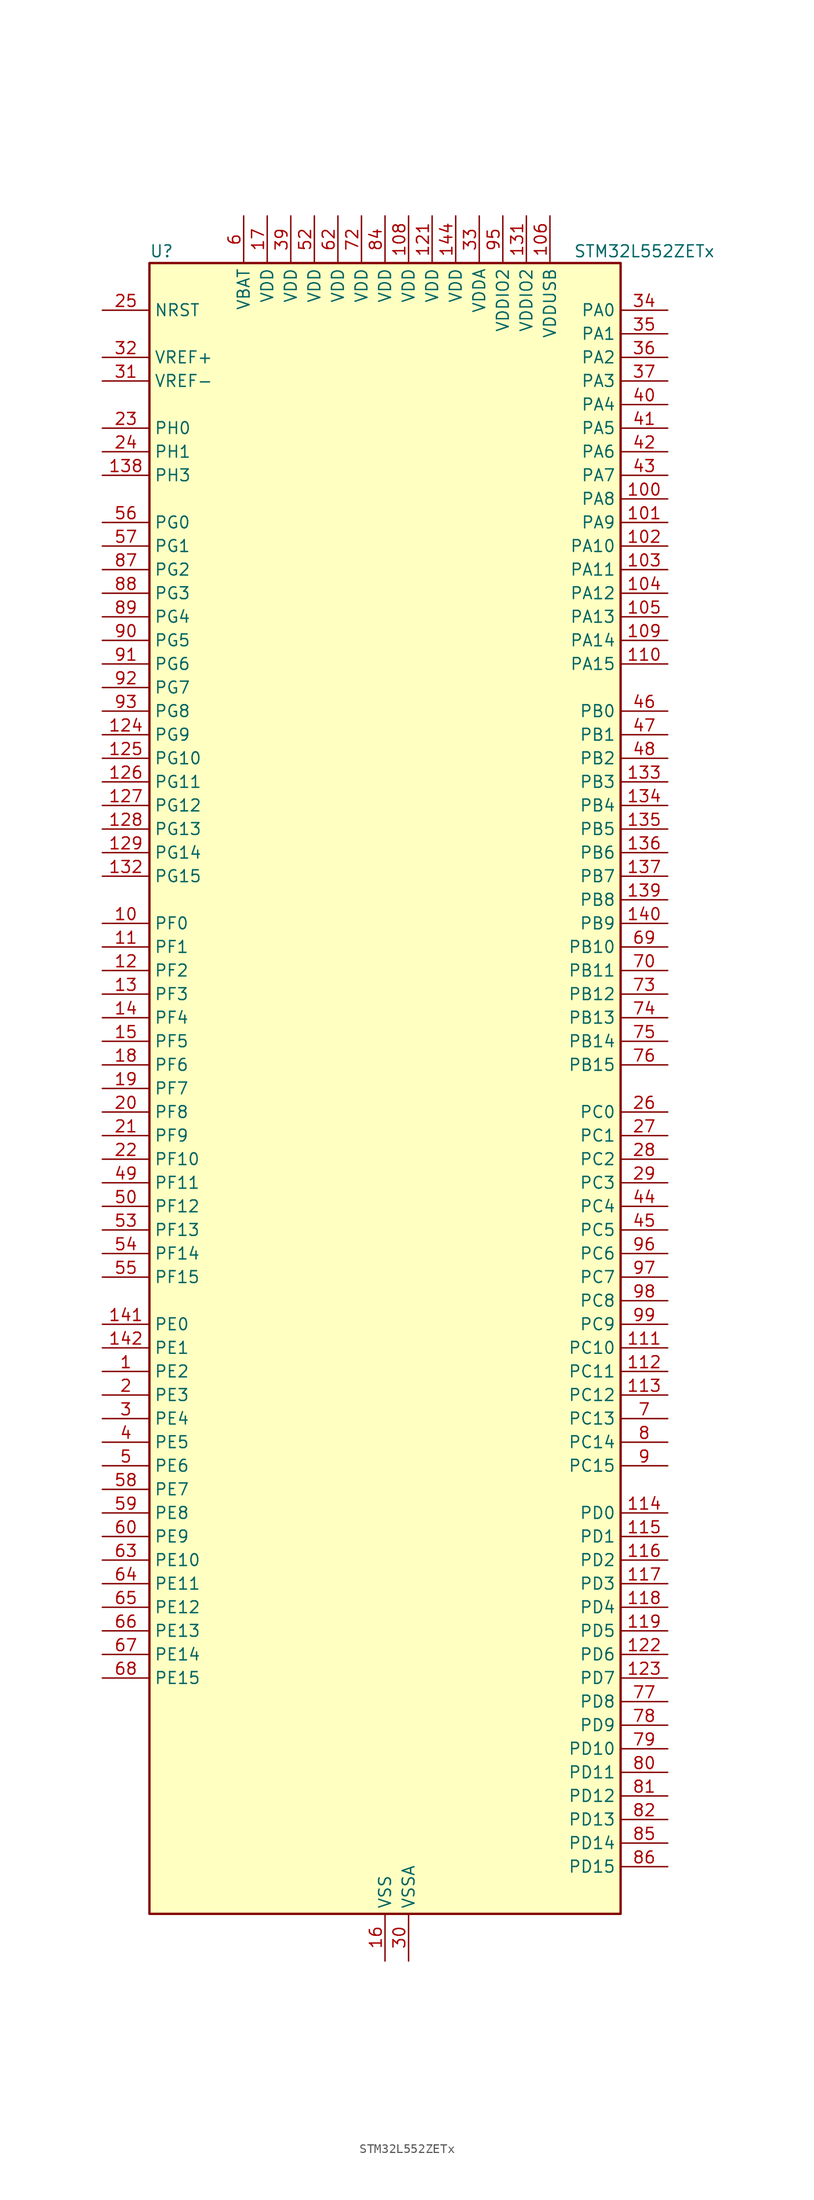
<source format=kicad_sym>
(kicad_symbol_lib
  (version 20241209)
  (generator "kicad_symbol_editor")
  (generator_version "9.0")
  (symbol "STM32L552ZETx"
    (property "Reference" "U"
      (at -25.4 90.17 0)
      (effects (font (size 1.27 1.27)) (justify left)))
    (property "Value" "STM32L552ZETx"
      (at 20.32 90.17 0)
      (effects (font (size 1.27 1.27)) (justify left)))
    (symbol "STM32L552ZETx_0_1"
      (rectangle (start -25.4 -88.9) (end 25.4 88.9) (stroke (width 0.254) (type default)) (fill (type background))))
    (symbol "STM32L552ZETx_1_1"
      (pin input line (at -30.48 83.82 0) (length 5.08) (name "NRST" (effects (font (size 1.27 1.27)))) (number "25" (effects (font (size 1.27 1.27)))))
      (pin input line (at -30.48 78.74 0) (length 5.08) (name "VREF+" (effects (font (size 1.27 1.27)))) (number "32" (effects (font (size 1.27 1.27)))) (alternate "VREFBUF_OUT" bidirectional line))
      (pin input line (at -30.48 76.2 0) (length 5.08) (name "VREF-" (effects (font (size 1.27 1.27)))) (number "31" (effects (font (size 1.27 1.27)))))
      (pin bidirectional line (at -30.48 71.12 0) (length 5.08) (name "PH0" (effects (font (size 1.27 1.27)))) (number "23" (effects (font (size 1.27 1.27)))) (alternate "RCC_OSC_IN" bidirectional line))
      (pin bidirectional line (at -30.48 68.58 0) (length 5.08) (name "PH1" (effects (font (size 1.27 1.27)))) (number "24" (effects (font (size 1.27 1.27)))) (alternate "RCC_OSC_OUT" bidirectional line))
      (pin bidirectional line (at -30.48 66.04 0) (length 5.08) (name "PH3" (effects (font (size 1.27 1.27)))) (number "138" (effects (font (size 1.27 1.27)))))
      (pin bidirectional line (at -30.48 60.96 0) (length 5.08) (name "PG0" (effects (font (size 1.27 1.27)))) (number "56" (effects (font (size 1.27 1.27)))) (alternate "FMC_A10" bidirectional line) (alternate "TSC_G8_IO3" bidirectional line))
      (pin bidirectional line (at -30.48 58.42 0) (length 5.08) (name "PG1" (effects (font (size 1.27 1.27)))) (number "57" (effects (font (size 1.27 1.27)))) (alternate "FMC_A11" bidirectional line) (alternate "TSC_G8_IO4" bidirectional line))
      (pin bidirectional line (at -30.48 55.88 0) (length 5.08) (name "PG2" (effects (font (size 1.27 1.27)))) (number "87" (effects (font (size 1.27 1.27)))) (alternate "FMC_A12" bidirectional line) (alternate "SAI2_SCK_B" bidirectional line) (alternate "SPI1_SCK" bidirectional line))
      (pin bidirectional line (at -30.48 53.34 0) (length 5.08) (name "PG3" (effects (font (size 1.27 1.27)))) (number "88" (effects (font (size 1.27 1.27)))) (alternate "FMC_A13" bidirectional line) (alternate "SAI2_FS_B" bidirectional line) (alternate "SPI1_MISO" bidirectional line))
      (pin bidirectional line (at -30.48 50.8 0) (length 5.08) (name "PG4" (effects (font (size 1.27 1.27)))) (number "89" (effects (font (size 1.27 1.27)))) (alternate "FMC_A14" bidirectional line) (alternate "SAI2_MCLK_B" bidirectional line) (alternate "SPI1_MOSI" bidirectional line))
      (pin bidirectional line (at -30.48 48.26 0) (length 5.08) (name "PG5" (effects (font (size 1.27 1.27)))) (number "90" (effects (font (size 1.27 1.27)))) (alternate "FMC_A15" bidirectional line) (alternate "LPUART1_CTS" bidirectional line) (alternate "SAI2_SD_B" bidirectional line) (alternate "SPI1_NSS" bidirectional line))
      (pin bidirectional line (at -30.48 45.72 0) (length 5.08) (name "PG6" (effects (font (size 1.27 1.27)))) (number "91" (effects (font (size 1.27 1.27)))) (alternate "I2C3_SMBA" bidirectional line) (alternate "LPUART1_DE" bidirectional line) (alternate "LPUART1_RTS" bidirectional line) (alternate "OCTOSPI1_DQS" bidirectional line) (alternate "UCPD1_FRSTX1" bidirectional line))
      (pin bidirectional line (at -30.48 43.18 0) (length 5.08) (name "PG7" (effects (font (size 1.27 1.27)))) (number "92" (effects (font (size 1.27 1.27)))) (alternate "DFSDM1_CKOUT" bidirectional line) (alternate "FMC_INT" bidirectional line) (alternate "I2C3_SCL" bidirectional line) (alternate "LPUART1_TX" bidirectional line) (alternate "SAI1_CK1" bidirectional line) (alternate "SAI1_MCLK_A" bidirectional line) (alternate "UCPD1_FRSTX2" bidirectional line))
      (pin bidirectional line (at -30.48 40.64 0) (length 5.08) (name "PG8" (effects (font (size 1.27 1.27)))) (number "93" (effects (font (size 1.27 1.27)))) (alternate "I2C3_SDA" bidirectional line) (alternate "LPUART1_RX" bidirectional line))
      (pin bidirectional line (at -30.48 38.1 0) (length 5.08) (name "PG9" (effects (font (size 1.27 1.27)))) (number "124" (effects (font (size 1.27 1.27)))) (alternate "DAC1_EXTI9" bidirectional line) (alternate "FMC_NCE" bidirectional line) (alternate "FMC_NE2" bidirectional line) (alternate "SAI2_SCK_A" bidirectional line) (alternate "SPI3_SCK" bidirectional line) (alternate "TIM15_CH1N" bidirectional line) (alternate "USART1_TX" bidirectional line))
      (pin bidirectional line (at -30.48 35.56 0) (length 5.08) (name "PG10" (effects (font (size 1.27 1.27)))) (number "125" (effects (font (size 1.27 1.27)))) (alternate "FMC_NE3" bidirectional line) (alternate "LPTIM1_IN1" bidirectional line) (alternate "SAI2_FS_A" bidirectional line) (alternate "SPI3_MISO" bidirectional line) (alternate "TIM15_CH1" bidirectional line) (alternate "USART1_RX" bidirectional line))
      (pin bidirectional line (at -30.48 33.02 0) (length 5.08) (name "PG11" (effects (font (size 1.27 1.27)))) (number "126" (effects (font (size 1.27 1.27)))) (alternate "ADC1_EXTI11" bidirectional line) (alternate "ADC2_EXTI11" bidirectional line) (alternate "LPTIM1_IN2" bidirectional line) (alternate "OCTOSPI1_IO5" bidirectional line) (alternate "SAI2_MCLK_A" bidirectional line) (alternate "SPI3_MOSI" bidirectional line) (alternate "TIM15_CH2" bidirectional line) (alternate "USART1_CTS" bidirectional line) (alternate "USART1_NSS" bidirectional line))
      (pin bidirectional line (at -30.48 30.48 0) (length 5.08) (name "PG12" (effects (font (size 1.27 1.27)))) (number "127" (effects (font (size 1.27 1.27)))) (alternate "FMC_NE4" bidirectional line) (alternate "LPTIM1_ETR" bidirectional line) (alternate "SAI2_SD_A" bidirectional line) (alternate "SPI3_NSS" bidirectional line) (alternate "USART1_DE" bidirectional line) (alternate "USART1_RTS" bidirectional line))
      (pin bidirectional line (at -30.48 27.94 0) (length 5.08) (name "PG13" (effects (font (size 1.27 1.27)))) (number "128" (effects (font (size 1.27 1.27)))) (alternate "FMC_A24" bidirectional line) (alternate "I2C1_SDA" bidirectional line) (alternate "USART1_CK" bidirectional line))
      (pin bidirectional line (at -30.48 25.4 0) (length 5.08) (name "PG14" (effects (font (size 1.27 1.27)))) (number "129" (effects (font (size 1.27 1.27)))) (alternate "FMC_A25" bidirectional line) (alternate "I2C1_SCL" bidirectional line))
      (pin bidirectional line (at -30.48 22.86 0) (length 5.08) (name "PG15" (effects (font (size 1.27 1.27)))) (number "132" (effects (font (size 1.27 1.27)))) (alternate "ADC1_EXTI15" bidirectional line) (alternate "ADC2_EXTI15" bidirectional line) (alternate "I2C1_SMBA" bidirectional line) (alternate "LPTIM1_OUT" bidirectional line))
      (pin bidirectional line (at -30.48 17.78 0) (length 5.08) (name "PF0" (effects (font (size 1.27 1.27)))) (number "10" (effects (font (size 1.27 1.27)))) (alternate "FMC_A0" bidirectional line) (alternate "I2C2_SDA" bidirectional line))
      (pin bidirectional line (at -30.48 15.24 0) (length 5.08) (name "PF1" (effects (font (size 1.27 1.27)))) (number "11" (effects (font (size 1.27 1.27)))) (alternate "FMC_A1" bidirectional line) (alternate "I2C2_SCL" bidirectional line))
      (pin bidirectional line (at -30.48 12.7 0) (length 5.08) (name "PF2" (effects (font (size 1.27 1.27)))) (number "12" (effects (font (size 1.27 1.27)))) (alternate "FMC_A2" bidirectional line) (alternate "I2C2_SMBA" bidirectional line))
      (pin bidirectional line (at -30.48 10.16 0) (length 5.08) (name "PF3" (effects (font (size 1.27 1.27)))) (number "13" (effects (font (size 1.27 1.27)))) (alternate "FMC_A3" bidirectional line) (alternate "LPTIM3_IN1" bidirectional line))
      (pin bidirectional line (at -30.48 7.62 0) (length 5.08) (name "PF4" (effects (font (size 1.27 1.27)))) (number "14" (effects (font (size 1.27 1.27)))) (alternate "FMC_A4" bidirectional line) (alternate "LPTIM3_ETR" bidirectional line))
      (pin bidirectional line (at -30.48 5.08 0) (length 5.08) (name "PF5" (effects (font (size 1.27 1.27)))) (number "15" (effects (font (size 1.27 1.27)))) (alternate "FMC_A5" bidirectional line) (alternate "LPTIM3_OUT" bidirectional line))
      (pin bidirectional line (at -30.48 2.54 0) (length 5.08) (name "PF6" (effects (font (size 1.27 1.27)))) (number "18" (effects (font (size 1.27 1.27)))) (alternate "OCTOSPI1_IO3" bidirectional line) (alternate "SAI1_SD_B" bidirectional line) (alternate "TIM5_CH1" bidirectional line) (alternate "TIM5_ETR" bidirectional line))
      (pin bidirectional line (at -30.48 0 0) (length 5.08) (name "PF7" (effects (font (size 1.27 1.27)))) (number "19" (effects (font (size 1.27 1.27)))) (alternate "OCTOSPI1_IO2" bidirectional line) (alternate "SAI1_MCLK_B" bidirectional line) (alternate "TAMP_IN6" bidirectional line) (alternate "TAMP_OUT3" bidirectional line) (alternate "TIM5_CH2" bidirectional line))
      (pin bidirectional line (at -30.48 -2.54 0) (length 5.08) (name "PF8" (effects (font (size 1.27 1.27)))) (number "20" (effects (font (size 1.27 1.27)))) (alternate "OCTOSPI1_IO0" bidirectional line) (alternate "SAI1_SCK_B" bidirectional line) (alternate "TAMP_IN7" bidirectional line) (alternate "TAMP_OUT8" bidirectional line) (alternate "TIM5_CH3" bidirectional line))
      (pin bidirectional line (at -30.48 -5.08 0) (length 5.08) (name "PF9" (effects (font (size 1.27 1.27)))) (number "21" (effects (font (size 1.27 1.27)))) (alternate "DAC1_EXTI9" bidirectional line) (alternate "OCTOSPI1_IO1" bidirectional line) (alternate "SAI1_FS_B" bidirectional line) (alternate "TAMP_IN8" bidirectional line) (alternate "TAMP_OUT7" bidirectional line) (alternate "TIM15_CH1" bidirectional line) (alternate "TIM5_CH4" bidirectional line))
      (pin bidirectional line (at -30.48 -7.62 0) (length 5.08) (name "PF10" (effects (font (size 1.27 1.27)))) (number "22" (effects (font (size 1.27 1.27)))) (alternate "DFSDM1_CKOUT" bidirectional line) (alternate "OCTOSPI1_CLK" bidirectional line) (alternate "SAI1_D3" bidirectional line) (alternate "TIM15_CH2" bidirectional line))
      (pin bidirectional line (at -30.48 -10.16 0) (length 5.08) (name "PF11" (effects (font (size 1.27 1.27)))) (number "49" (effects (font (size 1.27 1.27)))) (alternate "ADC1_EXTI11" bidirectional line) (alternate "ADC2_EXTI11" bidirectional line) (alternate "OCTOSPI1_NCLK" bidirectional line))
      (pin bidirectional line (at -30.48 -12.7 0) (length 5.08) (name "PF12" (effects (font (size 1.27 1.27)))) (number "50" (effects (font (size 1.27 1.27)))) (alternate "FMC_A6" bidirectional line))
      (pin bidirectional line (at -30.48 -15.24 0) (length 5.08) (name "PF13" (effects (font (size 1.27 1.27)))) (number "53" (effects (font (size 1.27 1.27)))) (alternate "FMC_A7" bidirectional line) (alternate "I2C4_SMBA" bidirectional line))
      (pin bidirectional line (at -30.48 -17.78 0) (length 5.08) (name "PF14" (effects (font (size 1.27 1.27)))) (number "54" (effects (font (size 1.27 1.27)))) (alternate "FMC_A8" bidirectional line) (alternate "I2C4_SCL" bidirectional line) (alternate "TSC_G8_IO1" bidirectional line))
      (pin bidirectional line (at -30.48 -20.32 0) (length 5.08) (name "PF15" (effects (font (size 1.27 1.27)))) (number "55" (effects (font (size 1.27 1.27)))) (alternate "ADC1_EXTI15" bidirectional line) (alternate "ADC2_EXTI15" bidirectional line) (alternate "FMC_A9" bidirectional line) (alternate "I2C4_SDA" bidirectional line) (alternate "TSC_G8_IO2" bidirectional line))
      (pin bidirectional line (at -30.48 -25.4 0) (length 5.08) (name "PE0" (effects (font (size 1.27 1.27)))) (number "141" (effects (font (size 1.27 1.27)))) (alternate "FMC_NBL0" bidirectional line) (alternate "TIM16_CH1" bidirectional line) (alternate "TIM4_ETR" bidirectional line))
      (pin bidirectional line (at -30.48 -27.94 0) (length 5.08) (name "PE1" (effects (font (size 1.27 1.27)))) (number "142" (effects (font (size 1.27 1.27)))) (alternate "FMC_NBL1" bidirectional line) (alternate "TIM17_CH1" bidirectional line))
      (pin bidirectional line (at -30.48 -30.48 0) (length 5.08) (name "PE2" (effects (font (size 1.27 1.27)))) (number "1" (effects (font (size 1.27 1.27)))) (alternate "DEBUG_TRACECLK" bidirectional line) (alternate "FMC_A23" bidirectional line) (alternate "SAI1_CK1" bidirectional line) (alternate "SAI1_MCLK_A" bidirectional line) (alternate "TIM3_ETR" bidirectional line) (alternate "TSC_G7_IO1" bidirectional line))
      (pin bidirectional line (at -30.48 -33.02 0) (length 5.08) (name "PE3" (effects (font (size 1.27 1.27)))) (number "2" (effects (font (size 1.27 1.27)))) (alternate "DEBUG_TRACED0" bidirectional line) (alternate "FMC_A19" bidirectional line) (alternate "OCTOSPI1_DQS" bidirectional line) (alternate "SAI1_SD_B" bidirectional line) (alternate "TIM3_CH1" bidirectional line) (alternate "TSC_G7_IO2" bidirectional line))
      (pin bidirectional line (at -30.48 -35.56 0) (length 5.08) (name "PE4" (effects (font (size 1.27 1.27)))) (number "3" (effects (font (size 1.27 1.27)))) (alternate "DEBUG_TRACED1" bidirectional line) (alternate "DFSDM1_DATIN3" bidirectional line) (alternate "FMC_A20" bidirectional line) (alternate "SAI1_D2" bidirectional line) (alternate "SAI1_FS_A" bidirectional line) (alternate "TIM3_CH2" bidirectional line) (alternate "TSC_G7_IO3" bidirectional line))
      (pin bidirectional line (at -30.48 -38.1 0) (length 5.08) (name "PE5" (effects (font (size 1.27 1.27)))) (number "4" (effects (font (size 1.27 1.27)))) (alternate "DEBUG_TRACED2" bidirectional line) (alternate "DFSDM1_CKIN3" bidirectional line) (alternate "FMC_A21" bidirectional line) (alternate "SAI1_CK2" bidirectional line) (alternate "SAI1_SCK_A" bidirectional line) (alternate "TIM3_CH3" bidirectional line) (alternate "TSC_G7_IO4" bidirectional line))
      (pin bidirectional line (at -30.48 -40.64 0) (length 5.08) (name "PE6" (effects (font (size 1.27 1.27)))) (number "5" (effects (font (size 1.27 1.27)))) (alternate "DEBUG_TRACED3" bidirectional line) (alternate "FMC_A22" bidirectional line) (alternate "PWR_WKUP3" bidirectional line) (alternate "SAI1_D1" bidirectional line) (alternate "SAI1_SD_A" bidirectional line) (alternate "TAMP_IN3" bidirectional line) (alternate "TAMP_OUT6" bidirectional line) (alternate "TIM3_CH4" bidirectional line))
      (pin bidirectional line (at -30.48 -43.18 0) (length 5.08) (name "PE7" (effects (font (size 1.27 1.27)))) (number "58" (effects (font (size 1.27 1.27)))) (alternate "DFSDM1_DATIN2" bidirectional line) (alternate "FMC_D4" bidirectional line) (alternate "FMC_DA4" bidirectional line) (alternate "SAI1_SD_B" bidirectional line) (alternate "TIM1_ETR" bidirectional line))
      (pin bidirectional line (at -30.48 -45.72 0) (length 5.08) (name "PE8" (effects (font (size 1.27 1.27)))) (number "59" (effects (font (size 1.27 1.27)))) (alternate "DFSDM1_CKIN2" bidirectional line) (alternate "FMC_D5" bidirectional line) (alternate "FMC_DA5" bidirectional line) (alternate "SAI1_SCK_B" bidirectional line) (alternate "TIM1_CH1N" bidirectional line))
      (pin bidirectional line (at -30.48 -48.26 0) (length 5.08) (name "PE9" (effects (font (size 1.27 1.27)))) (number "60" (effects (font (size 1.27 1.27)))) (alternate "DAC1_EXTI9" bidirectional line) (alternate "DFSDM1_CKOUT" bidirectional line) (alternate "FMC_D6" bidirectional line) (alternate "FMC_DA6" bidirectional line) (alternate "OCTOSPI1_NCLK" bidirectional line) (alternate "SAI1_FS_B" bidirectional line) (alternate "TIM1_CH1" bidirectional line))
      (pin bidirectional line (at -30.48 -50.8 0) (length 5.08) (name "PE10" (effects (font (size 1.27 1.27)))) (number "63" (effects (font (size 1.27 1.27)))) (alternate "FMC_D7" bidirectional line) (alternate "FMC_DA7" bidirectional line) (alternate "OCTOSPI1_CLK" bidirectional line) (alternate "SAI1_MCLK_B" bidirectional line) (alternate "TIM1_CH2N" bidirectional line) (alternate "TSC_G5_IO1" bidirectional line))
      (pin bidirectional line (at -30.48 -53.34 0) (length 5.08) (name "PE11" (effects (font (size 1.27 1.27)))) (number "64" (effects (font (size 1.27 1.27)))) (alternate "ADC1_EXTI11" bidirectional line) (alternate "ADC2_EXTI11" bidirectional line) (alternate "FMC_D8" bidirectional line) (alternate "FMC_DA8" bidirectional line) (alternate "OCTOSPI1_NCS" bidirectional line) (alternate "TIM1_CH2" bidirectional line) (alternate "TSC_G5_IO2" bidirectional line))
      (pin bidirectional line (at -30.48 -55.88 0) (length 5.08) (name "PE12" (effects (font (size 1.27 1.27)))) (number "65" (effects (font (size 1.27 1.27)))) (alternate "FMC_D9" bidirectional line) (alternate "FMC_DA9" bidirectional line) (alternate "OCTOSPI1_IO0" bidirectional line) (alternate "SPI1_NSS" bidirectional line) (alternate "TIM1_CH3N" bidirectional line) (alternate "TSC_G5_IO3" bidirectional line))
      (pin bidirectional line (at -30.48 -58.42 0) (length 5.08) (name "PE13" (effects (font (size 1.27 1.27)))) (number "66" (effects (font (size 1.27 1.27)))) (alternate "FMC_D10" bidirectional line) (alternate "FMC_DA10" bidirectional line) (alternate "OCTOSPI1_IO1" bidirectional line) (alternate "SPI1_SCK" bidirectional line) (alternate "TIM1_CH3" bidirectional line) (alternate "TSC_G5_IO4" bidirectional line))
      (pin bidirectional line (at -30.48 -60.96 0) (length 5.08) (name "PE14" (effects (font (size 1.27 1.27)))) (number "67" (effects (font (size 1.27 1.27)))) (alternate "FMC_D11" bidirectional line) (alternate "FMC_DA11" bidirectional line) (alternate "OCTOSPI1_IO2" bidirectional line) (alternate "SPI1_MISO" bidirectional line) (alternate "TIM1_BKIN2" bidirectional line) (alternate "TIM1_CH4" bidirectional line))
      (pin bidirectional line (at -30.48 -63.5 0) (length 5.08) (name "PE15" (effects (font (size 1.27 1.27)))) (number "68" (effects (font (size 1.27 1.27)))) (alternate "ADC1_EXTI15" bidirectional line) (alternate "ADC2_EXTI15" bidirectional line) (alternate "FMC_D12" bidirectional line) (alternate "FMC_DA12" bidirectional line) (alternate "OCTOSPI1_IO3" bidirectional line) (alternate "SPI1_MOSI" bidirectional line) (alternate "TIM1_BKIN" bidirectional line))
      (pin power_in line (at -15.24 93.98 270) (length 5.08) (name "VBAT" (effects (font (size 1.27 1.27)))) (number "6" (effects (font (size 1.27 1.27)))))
      (pin power_in line (at -12.7 93.98 270) (length 5.08) (name "VDD" (effects (font (size 1.27 1.27)))) (number "17" (effects (font (size 1.27 1.27)))))
      (pin power_in line (at -10.16 93.98 270) (length 5.08) (name "VDD" (effects (font (size 1.27 1.27)))) (number "39" (effects (font (size 1.27 1.27)))))
      (pin power_in line (at -7.62 93.98 270) (length 5.08) (name "VDD" (effects (font (size 1.27 1.27)))) (number "52" (effects (font (size 1.27 1.27)))))
      (pin power_in line (at -5.08 93.98 270) (length 5.08) (name "VDD" (effects (font (size 1.27 1.27)))) (number "62" (effects (font (size 1.27 1.27)))))
      (pin power_in line (at -2.54 93.98 270) (length 5.08) (name "VDD" (effects (font (size 1.27 1.27)))) (number "72" (effects (font (size 1.27 1.27)))))
      (pin power_in line (at 0 93.98 270) (length 5.08) (name "VDD" (effects (font (size 1.27 1.27)))) (number "84" (effects (font (size 1.27 1.27)))))
      (pin passive line (at 0 -93.98 90) (length 5.08) (hide yes) (name "VSS" (effects (font (size 1.27 1.27)))) (number "107" (effects (font (size 1.27 1.27)))))
      (pin passive line (at 0 -93.98 90) (length 5.08) (hide yes) (name "VSS" (effects (font (size 1.27 1.27)))) (number "120" (effects (font (size 1.27 1.27)))))
      (pin passive line (at 0 -93.98 90) (length 5.08) (hide yes) (name "VSS" (effects (font (size 1.27 1.27)))) (number "130" (effects (font (size 1.27 1.27)))))
      (pin passive line (at 0 -93.98 90) (length 5.08) (hide yes) (name "VSS" (effects (font (size 1.27 1.27)))) (number "143" (effects (font (size 1.27 1.27)))))
      (pin power_in line (at 0 -93.98 90) (length 5.08) (name "VSS" (effects (font (size 1.27 1.27)))) (number "16" (effects (font (size 1.27 1.27)))))
      (pin passive line (at 0 -93.98 90) (length 5.08) (hide yes) (name "VSS" (effects (font (size 1.27 1.27)))) (number "38" (effects (font (size 1.27 1.27)))))
      (pin passive line (at 0 -93.98 90) (length 5.08) (hide yes) (name "VSS" (effects (font (size 1.27 1.27)))) (number "51" (effects (font (size 1.27 1.27)))))
      (pin passive line (at 0 -93.98 90) (length 5.08) (hide yes) (name "VSS" (effects (font (size 1.27 1.27)))) (number "61" (effects (font (size 1.27 1.27)))))
      (pin passive line (at 0 -93.98 90) (length 5.08) (hide yes) (name "VSS" (effects (font (size 1.27 1.27)))) (number "71" (effects (font (size 1.27 1.27)))))
      (pin passive line (at 0 -93.98 90) (length 5.08) (hide yes) (name "VSS" (effects (font (size 1.27 1.27)))) (number "83" (effects (font (size 1.27 1.27)))))
      (pin passive line (at 0 -93.98 90) (length 5.08) (hide yes) (name "VSS" (effects (font (size 1.27 1.27)))) (number "94" (effects (font (size 1.27 1.27)))))
      (pin power_in line (at 2.54 93.98 270) (length 5.08) (name "VDD" (effects (font (size 1.27 1.27)))) (number "108" (effects (font (size 1.27 1.27)))))
      (pin power_in line (at 2.54 -93.98 90) (length 5.08) (name "VSSA" (effects (font (size 1.27 1.27)))) (number "30" (effects (font (size 1.27 1.27)))))
      (pin power_in line (at 5.08 93.98 270) (length 5.08) (name "VDD" (effects (font (size 1.27 1.27)))) (number "121" (effects (font (size 1.27 1.27)))))
      (pin power_in line (at 7.62 93.98 270) (length 5.08) (name "VDD" (effects (font (size 1.27 1.27)))) (number "144" (effects (font (size 1.27 1.27)))))
      (pin power_in line (at 10.16 93.98 270) (length 5.08) (name "VDDA" (effects (font (size 1.27 1.27)))) (number "33" (effects (font (size 1.27 1.27)))))
      (pin power_in line (at 12.7 93.98 270) (length 5.08) (name "VDDIO2" (effects (font (size 1.27 1.27)))) (number "95" (effects (font (size 1.27 1.27)))))
      (pin power_in line (at 15.24 93.98 270) (length 5.08) (name "VDDIO2" (effects (font (size 1.27 1.27)))) (number "131" (effects (font (size 1.27 1.27)))))
      (pin power_in line (at 17.78 93.98 270) (length 5.08) (name "VDDUSB" (effects (font (size 1.27 1.27)))) (number "106" (effects (font (size 1.27 1.27)))))
      (pin bidirectional line (at 30.48 83.82 180) (length 5.08) (name "PA0" (effects (font (size 1.27 1.27)))) (number "34" (effects (font (size 1.27 1.27)))) (alternate "ADC1_IN5" bidirectional line) (alternate "ADC2_IN5" bidirectional line) (alternate "OPAMP1_VINP" bidirectional line) (alternate "PWR_WKUP1" bidirectional line) (alternate "SAI1_EXTCLK" bidirectional line) (alternate "TAMP_IN2" bidirectional line) (alternate "TAMP_OUT1" bidirectional line) (alternate "TIM2_CH1" bidirectional line) (alternate "TIM2_ETR" bidirectional line) (alternate "TIM5_CH1" bidirectional line) (alternate "TIM8_ETR" bidirectional line) (alternate "UART4_TX" bidirectional line) (alternate "USART2_CTS" bidirectional line) (alternate "USART2_NSS" bidirectional line))
      (pin bidirectional line (at 30.48 81.28 180) (length 5.08) (name "PA1" (effects (font (size 1.27 1.27)))) (number "35" (effects (font (size 1.27 1.27)))) (alternate "ADC1_IN6" bidirectional line) (alternate "ADC2_IN6" bidirectional line) (alternate "I2C1_SMBA" bidirectional line) (alternate "OCTOSPI1_DQS" bidirectional line) (alternate "OPAMP1_VINM" bidirectional line) (alternate "SPI1_SCK" bidirectional line) (alternate "TAMP_IN5" bidirectional line) (alternate "TAMP_OUT4" bidirectional line) (alternate "TIM15_CH1N" bidirectional line) (alternate "TIM2_CH2" bidirectional line) (alternate "TIM5_CH2" bidirectional line) (alternate "UART4_RX" bidirectional line) (alternate "USART2_DE" bidirectional line) (alternate "USART2_RTS" bidirectional line))
      (pin bidirectional line (at 30.48 78.74 180) (length 5.08) (name "PA2" (effects (font (size 1.27 1.27)))) (number "36" (effects (font (size 1.27 1.27)))) (alternate "ADC1_IN7" bidirectional line) (alternate "ADC2_IN7" bidirectional line) (alternate "COMP1_INP" bidirectional line) (alternate "LPUART1_TX" bidirectional line) (alternate "OCTOSPI1_NCS" bidirectional line) (alternate "PWR_WKUP4" bidirectional line) (alternate "RCC_LSCO" bidirectional line) (alternate "SAI2_EXTCLK" bidirectional line) (alternate "TIM15_CH1" bidirectional line) (alternate "TIM2_CH3" bidirectional line) (alternate "TIM5_CH3" bidirectional line) (alternate "UCPD1_FRSTX1" bidirectional line) (alternate "USART2_TX" bidirectional line))
      (pin bidirectional line (at 30.48 76.2 180) (length 5.08) (name "PA3" (effects (font (size 1.27 1.27)))) (number "37" (effects (font (size 1.27 1.27)))) (alternate "ADC1_IN8" bidirectional line) (alternate "ADC2_IN8" bidirectional line) (alternate "LPUART1_RX" bidirectional line) (alternate "OCTOSPI1_CLK" bidirectional line) (alternate "OPAMP1_VOUT" bidirectional line) (alternate "SAI1_CK1" bidirectional line) (alternate "SAI1_MCLK_A" bidirectional line) (alternate "TIM15_CH2" bidirectional line) (alternate "TIM2_CH4" bidirectional line) (alternate "TIM5_CH4" bidirectional line) (alternate "USART2_RX" bidirectional line))
      (pin bidirectional line (at 30.48 73.66 180) (length 5.08) (name "PA4" (effects (font (size 1.27 1.27)))) (number "40" (effects (font (size 1.27 1.27)))) (alternate "ADC1_IN9" bidirectional line) (alternate "ADC2_IN9" bidirectional line) (alternate "DAC1_OUT1" bidirectional line) (alternate "LPTIM2_OUT" bidirectional line) (alternate "OCTOSPI1_NCS" bidirectional line) (alternate "SAI1_FS_B" bidirectional line) (alternate "SPI1_NSS" bidirectional line) (alternate "SPI3_NSS" bidirectional line) (alternate "USART2_CK" bidirectional line))
      (pin bidirectional line (at 30.48 71.12 180) (length 5.08) (name "PA5" (effects (font (size 1.27 1.27)))) (number "41" (effects (font (size 1.27 1.27)))) (alternate "ADC1_IN10" bidirectional line) (alternate "ADC2_IN10" bidirectional line) (alternate "DAC1_OUT2" bidirectional line) (alternate "LPTIM2_ETR" bidirectional line) (alternate "SPI1_SCK" bidirectional line) (alternate "TIM2_CH1" bidirectional line) (alternate "TIM2_ETR" bidirectional line) (alternate "TIM8_CH1N" bidirectional line))
      (pin bidirectional line (at 30.48 68.58 180) (length 5.08) (name "PA6" (effects (font (size 1.27 1.27)))) (number "42" (effects (font (size 1.27 1.27)))) (alternate "ADC1_IN11" bidirectional line) (alternate "ADC2_IN11" bidirectional line) (alternate "LPUART1_CTS" bidirectional line) (alternate "OCTOSPI1_IO3" bidirectional line) (alternate "OPAMP2_VINP" bidirectional line) (alternate "SPI1_MISO" bidirectional line) (alternate "TIM16_CH1" bidirectional line) (alternate "TIM1_BKIN" bidirectional line) (alternate "TIM3_CH1" bidirectional line) (alternate "TIM8_BKIN" bidirectional line) (alternate "USART3_CTS" bidirectional line) (alternate "USART3_NSS" bidirectional line))
      (pin bidirectional line (at 30.48 66.04 180) (length 5.08) (name "PA7" (effects (font (size 1.27 1.27)))) (number "43" (effects (font (size 1.27 1.27)))) (alternate "ADC1_IN12" bidirectional line) (alternate "ADC2_IN12" bidirectional line) (alternate "I2C3_SCL" bidirectional line) (alternate "OCTOSPI1_IO2" bidirectional line) (alternate "OPAMP2_VINM" bidirectional line) (alternate "SPI1_MOSI" bidirectional line) (alternate "TIM17_CH1" bidirectional line) (alternate "TIM1_CH1N" bidirectional line) (alternate "TIM3_CH2" bidirectional line) (alternate "TIM8_CH1N" bidirectional line))
      (pin bidirectional line (at 30.48 63.5 180) (length 5.08) (name "PA8" (effects (font (size 1.27 1.27)))) (number "100" (effects (font (size 1.27 1.27)))) (alternate "LPTIM2_OUT" bidirectional line) (alternate "RCC_MCO" bidirectional line) (alternate "SAI1_CK2" bidirectional line) (alternate "SAI1_SCK_A" bidirectional line) (alternate "TIM1_CH1" bidirectional line) (alternate "USART1_CK" bidirectional line))
      (pin bidirectional line (at 30.48 60.96 180) (length 5.08) (name "PA9" (effects (font (size 1.27 1.27)))) (number "101" (effects (font (size 1.27 1.27)))) (alternate "DAC1_EXTI9" bidirectional line) (alternate "SAI1_FS_A" bidirectional line) (alternate "SPI2_SCK" bidirectional line) (alternate "TIM15_BKIN" bidirectional line) (alternate "TIM1_CH2" bidirectional line) (alternate "USART1_TX" bidirectional line))
      (pin bidirectional line (at 30.48 58.42 180) (length 5.08) (name "PA10" (effects (font (size 1.27 1.27)))) (number "102" (effects (font (size 1.27 1.27)))) (alternate "CRS_SYNC" bidirectional line) (alternate "SAI1_D1" bidirectional line) (alternate "SAI1_SD_A" bidirectional line) (alternate "TIM17_BKIN" bidirectional line) (alternate "TIM1_CH3" bidirectional line) (alternate "USART1_RX" bidirectional line))
      (pin bidirectional line (at 30.48 55.88 180) (length 5.08) (name "PA11" (effects (font (size 1.27 1.27)))) (number "103" (effects (font (size 1.27 1.27)))) (alternate "ADC1_EXTI11" bidirectional line) (alternate "ADC2_EXTI11" bidirectional line) (alternate "FDCAN1_RX" bidirectional line) (alternate "SPI1_MISO" bidirectional line) (alternate "TIM1_BKIN2" bidirectional line) (alternate "TIM1_CH4" bidirectional line) (alternate "USART1_CTS" bidirectional line) (alternate "USART1_NSS" bidirectional line) (alternate "USB_DM" bidirectional line))
      (pin bidirectional line (at 30.48 53.34 180) (length 5.08) (name "PA12" (effects (font (size 1.27 1.27)))) (number "104" (effects (font (size 1.27 1.27)))) (alternate "FDCAN1_TX" bidirectional line) (alternate "SPI1_MOSI" bidirectional line) (alternate "TIM1_ETR" bidirectional line) (alternate "USART1_DE" bidirectional line) (alternate "USART1_RTS" bidirectional line) (alternate "USB_DP" bidirectional line))
      (pin bidirectional line (at 30.48 50.8 180) (length 5.08) (name "PA13" (effects (font (size 1.27 1.27)))) (number "105" (effects (font (size 1.27 1.27)))) (alternate "DEBUG_JTMS-SWDIO" bidirectional line) (alternate "IR_OUT" bidirectional line) (alternate "SAI1_SD_B" bidirectional line) (alternate "USB_NOE" bidirectional line))
      (pin bidirectional line (at 30.48 48.26 180) (length 5.08) (name "PA14" (effects (font (size 1.27 1.27)))) (number "109" (effects (font (size 1.27 1.27)))) (alternate "DEBUG_JTCK-SWCLK" bidirectional line) (alternate "I2C1_SMBA" bidirectional line) (alternate "I2C4_SMBA" bidirectional line) (alternate "LPTIM1_OUT" bidirectional line) (alternate "SAI1_FS_B" bidirectional line))
      (pin bidirectional line (at 30.48 45.72 180) (length 5.08) (name "PA15" (effects (font (size 1.27 1.27)))) (number "110" (effects (font (size 1.27 1.27)))) (alternate "ADC1_EXTI15" bidirectional line) (alternate "ADC2_EXTI15" bidirectional line) (alternate "DEBUG_JTDI" bidirectional line) (alternate "SAI2_FS_B" bidirectional line) (alternate "SPI1_NSS" bidirectional line) (alternate "SPI3_NSS" bidirectional line) (alternate "TIM2_CH1" bidirectional line) (alternate "TIM2_ETR" bidirectional line) (alternate "UART4_DE" bidirectional line) (alternate "UART4_RTS" bidirectional line) (alternate "UCPD1_CC1" bidirectional line) (alternate "USART2_RX" bidirectional line) (alternate "USART3_DE" bidirectional line) (alternate "USART3_RTS" bidirectional line))
      (pin bidirectional line (at 30.48 40.64 180) (length 5.08) (name "PB0" (effects (font (size 1.27 1.27)))) (number "46" (effects (font (size 1.27 1.27)))) (alternate "ADC1_IN15" bidirectional line) (alternate "ADC2_IN15" bidirectional line) (alternate "COMP1_OUT" bidirectional line) (alternate "OCTOSPI1_IO1" bidirectional line) (alternate "OPAMP2_VOUT" bidirectional line) (alternate "SAI1_EXTCLK" bidirectional line) (alternate "SPI1_NSS" bidirectional line) (alternate "TIM1_CH2N" bidirectional line) (alternate "TIM3_CH3" bidirectional line) (alternate "TIM8_CH2N" bidirectional line) (alternate "USART3_CK" bidirectional line))
      (pin bidirectional line (at 30.48 38.1 180) (length 5.08) (name "PB1" (effects (font (size 1.27 1.27)))) (number "47" (effects (font (size 1.27 1.27)))) (alternate "ADC1_IN16" bidirectional line) (alternate "ADC2_IN16" bidirectional line) (alternate "COMP1_INM" bidirectional line) (alternate "DFSDM1_DATIN0" bidirectional line) (alternate "LPTIM2_IN1" bidirectional line) (alternate "LPUART1_DE" bidirectional line) (alternate "LPUART1_RTS" bidirectional line) (alternate "OCTOSPI1_IO0" bidirectional line) (alternate "TIM1_CH3N" bidirectional line) (alternate "TIM3_CH4" bidirectional line) (alternate "TIM8_CH3N" bidirectional line) (alternate "USART3_DE" bidirectional line) (alternate "USART3_RTS" bidirectional line))
      (pin bidirectional line (at 30.48 35.56 180) (length 5.08) (name "PB2" (effects (font (size 1.27 1.27)))) (number "48" (effects (font (size 1.27 1.27)))) (alternate "COMP1_INP" bidirectional line) (alternate "DFSDM1_CKIN0" bidirectional line) (alternate "I2C3_SMBA" bidirectional line) (alternate "LPTIM1_OUT" bidirectional line) (alternate "OCTOSPI1_DQS" bidirectional line) (alternate "RTC_OUT2" bidirectional line) (alternate "UCPD1_FRSTX1" bidirectional line))
      (pin bidirectional line (at 30.48 33.02 180) (length 5.08) (name "PB3" (effects (font (size 1.27 1.27)))) (number "133" (effects (font (size 1.27 1.27)))) (alternate "COMP2_INM" bidirectional line) (alternate "CRS_SYNC" bidirectional line) (alternate "DEBUG_JTDO-SWO" bidirectional line) (alternate "SAI1_SCK_B" bidirectional line) (alternate "SPI1_SCK" bidirectional line) (alternate "SPI3_SCK" bidirectional line) (alternate "TIM2_CH2" bidirectional line) (alternate "USART1_DE" bidirectional line) (alternate "USART1_RTS" bidirectional line))
      (pin bidirectional line (at 30.48 30.48 180) (length 5.08) (name "PB4" (effects (font (size 1.27 1.27)))) (number "134" (effects (font (size 1.27 1.27)))) (alternate "COMP2_INP" bidirectional line) (alternate "DEBUG_JTRST" bidirectional line) (alternate "I2C3_SDA" bidirectional line) (alternate "SAI1_MCLK_B" bidirectional line) (alternate "SPI1_MISO" bidirectional line) (alternate "SPI3_MISO" bidirectional line) (alternate "TIM17_BKIN" bidirectional line) (alternate "TIM3_CH1" bidirectional line) (alternate "TSC_G2_IO1" bidirectional line) (alternate "UART5_DE" bidirectional line) (alternate "UART5_RTS" bidirectional line) (alternate "USART1_CTS" bidirectional line) (alternate "USART1_NSS" bidirectional line))
      (pin bidirectional line (at 30.48 27.94 180) (length 5.08) (name "PB5" (effects (font (size 1.27 1.27)))) (number "135" (effects (font (size 1.27 1.27)))) (alternate "COMP2_OUT" bidirectional line) (alternate "I2C1_SMBA" bidirectional line) (alternate "LPTIM1_IN1" bidirectional line) (alternate "OCTOSPI1_NCLK" bidirectional line) (alternate "SAI1_SD_B" bidirectional line) (alternate "SPI1_MOSI" bidirectional line) (alternate "SPI3_MOSI" bidirectional line) (alternate "TIM16_BKIN" bidirectional line) (alternate "TIM3_CH2" bidirectional line) (alternate "TSC_G2_IO2" bidirectional line) (alternate "UART5_CTS" bidirectional line) (alternate "UCPD1_DBCC1" bidirectional line) (alternate "USART1_CK" bidirectional line))
      (pin bidirectional line (at 30.48 25.4 180) (length 5.08) (name "PB6" (effects (font (size 1.27 1.27)))) (number "136" (effects (font (size 1.27 1.27)))) (alternate "COMP2_INP" bidirectional line) (alternate "I2C1_SCL" bidirectional line) (alternate "I2C4_SCL" bidirectional line) (alternate "LPTIM1_ETR" bidirectional line) (alternate "SAI1_FS_B" bidirectional line) (alternate "TIM16_CH1N" bidirectional line) (alternate "TIM4_CH1" bidirectional line) (alternate "TIM8_BKIN2" bidirectional line) (alternate "TSC_G2_IO3" bidirectional line) (alternate "USART1_TX" bidirectional line))
      (pin bidirectional line (at 30.48 22.86 180) (length 5.08) (name "PB7" (effects (font (size 1.27 1.27)))) (number "137" (effects (font (size 1.27 1.27)))) (alternate "COMP2_INM" bidirectional line) (alternate "FMC_NL" bidirectional line) (alternate "I2C1_SDA" bidirectional line) (alternate "I2C4_SDA" bidirectional line) (alternate "LPTIM1_IN2" bidirectional line) (alternate "PWR_PVD_IN" bidirectional line) (alternate "TIM17_CH1N" bidirectional line) (alternate "TIM4_CH2" bidirectional line) (alternate "TIM8_BKIN" bidirectional line) (alternate "TSC_G2_IO4" bidirectional line) (alternate "UART4_CTS" bidirectional line) (alternate "USART1_RX" bidirectional line))
      (pin bidirectional line (at 30.48 20.32 180) (length 5.08) (name "PB8" (effects (font (size 1.27 1.27)))) (number "139" (effects (font (size 1.27 1.27)))) (alternate "DFSDM1_CKOUT" bidirectional line) (alternate "FDCAN1_RX" bidirectional line) (alternate "I2C1_SCL" bidirectional line) (alternate "SAI1_CK1" bidirectional line) (alternate "SAI1_MCLK_A" bidirectional line) (alternate "SDMMC1_CKIN" bidirectional line) (alternate "SDMMC1_D4" bidirectional line) (alternate "TIM16_CH1" bidirectional line) (alternate "TIM4_CH3" bidirectional line))
      (pin bidirectional line (at 30.48 17.78 180) (length 5.08) (name "PB9" (effects (font (size 1.27 1.27)))) (number "140" (effects (font (size 1.27 1.27)))) (alternate "DAC1_EXTI9" bidirectional line) (alternate "FDCAN1_TX" bidirectional line) (alternate "I2C1_SDA" bidirectional line) (alternate "IR_OUT" bidirectional line) (alternate "SAI1_D2" bidirectional line) (alternate "SAI1_FS_A" bidirectional line) (alternate "SDMMC1_CDIR" bidirectional line) (alternate "SDMMC1_D5" bidirectional line) (alternate "SPI2_NSS" bidirectional line) (alternate "TIM17_CH1" bidirectional line) (alternate "TIM4_CH4" bidirectional line))
      (pin bidirectional line (at 30.48 15.24 180) (length 5.08) (name "PB10" (effects (font (size 1.27 1.27)))) (number "69" (effects (font (size 1.27 1.27)))) (alternate "COMP1_OUT" bidirectional line) (alternate "I2C2_SCL" bidirectional line) (alternate "I2C4_SCL" bidirectional line) (alternate "LPTIM3_OUT" bidirectional line) (alternate "LPUART1_RX" bidirectional line) (alternate "OCTOSPI1_CLK" bidirectional line) (alternate "SAI1_SCK_A" bidirectional line) (alternate "SPI2_SCK" bidirectional line) (alternate "TIM2_CH3" bidirectional line) (alternate "TSC_SYNC" bidirectional line) (alternate "USART3_TX" bidirectional line))
      (pin bidirectional line (at 30.48 12.7 180) (length 5.08) (name "PB11" (effects (font (size 1.27 1.27)))) (number "70" (effects (font (size 1.27 1.27)))) (alternate "ADC1_EXTI11" bidirectional line) (alternate "ADC2_EXTI11" bidirectional line) (alternate "COMP2_OUT" bidirectional line) (alternate "I2C2_SDA" bidirectional line) (alternate "I2C4_SDA" bidirectional line) (alternate "LPUART1_TX" bidirectional line) (alternate "OCTOSPI1_NCS" bidirectional line) (alternate "TIM2_CH4" bidirectional line) (alternate "USART3_RX" bidirectional line))
      (pin bidirectional line (at 30.48 10.16 180) (length 5.08) (name "PB12" (effects (font (size 1.27 1.27)))) (number "73" (effects (font (size 1.27 1.27)))) (alternate "DFSDM1_DATIN1" bidirectional line) (alternate "I2C2_SMBA" bidirectional line) (alternate "LPUART1_DE" bidirectional line) (alternate "LPUART1_RTS" bidirectional line) (alternate "OCTOSPI1_NCLK" bidirectional line) (alternate "SAI2_FS_A" bidirectional line) (alternate "SPI2_NSS" bidirectional line) (alternate "TIM15_BKIN" bidirectional line) (alternate "TIM1_BKIN" bidirectional line) (alternate "TSC_G1_IO1" bidirectional line) (alternate "USART3_CK" bidirectional line))
      (pin bidirectional line (at 30.48 7.62 180) (length 5.08) (name "PB13" (effects (font (size 1.27 1.27)))) (number "74" (effects (font (size 1.27 1.27)))) (alternate "DFSDM1_CKIN1" bidirectional line) (alternate "I2C2_SCL" bidirectional line) (alternate "LPTIM3_IN1" bidirectional line) (alternate "LPUART1_CTS" bidirectional line) (alternate "SAI2_SCK_A" bidirectional line) (alternate "SPI2_SCK" bidirectional line) (alternate "TIM15_CH1N" bidirectional line) (alternate "TIM1_CH1N" bidirectional line) (alternate "TSC_G1_IO2" bidirectional line) (alternate "UCPD1_FRSTX2" bidirectional line) (alternate "USART3_CTS" bidirectional line) (alternate "USART3_NSS" bidirectional line))
      (pin bidirectional line (at 30.48 5.08 180) (length 5.08) (name "PB14" (effects (font (size 1.27 1.27)))) (number "75" (effects (font (size 1.27 1.27)))) (alternate "DFSDM1_DATIN2" bidirectional line) (alternate "I2C2_SDA" bidirectional line) (alternate "LPTIM3_ETR" bidirectional line) (alternate "SAI2_MCLK_A" bidirectional line) (alternate "SPI2_MISO" bidirectional line) (alternate "TIM15_CH1" bidirectional line) (alternate "TIM1_CH2N" bidirectional line) (alternate "TIM8_CH2N" bidirectional line) (alternate "TSC_G1_IO3" bidirectional line) (alternate "UCPD1_DBCC2" bidirectional line) (alternate "USART3_DE" bidirectional line) (alternate "USART3_RTS" bidirectional line))
      (pin bidirectional line (at 30.48 2.54 180) (length 5.08) (name "PB15" (effects (font (size 1.27 1.27)))) (number "76" (effects (font (size 1.27 1.27)))) (alternate "ADC1_EXTI15" bidirectional line) (alternate "ADC2_EXTI15" bidirectional line) (alternate "DFSDM1_CKIN2" bidirectional line) (alternate "RTC_REFIN" bidirectional line) (alternate "SAI2_SD_A" bidirectional line) (alternate "SPI2_MOSI" bidirectional line) (alternate "TIM15_CH2" bidirectional line) (alternate "TIM1_CH3N" bidirectional line) (alternate "TIM8_CH3N" bidirectional line) (alternate "UCPD1_CC2" bidirectional line))
      (pin bidirectional line (at 30.48 -2.54 180) (length 5.08) (name "PC0" (effects (font (size 1.27 1.27)))) (number "26" (effects (font (size 1.27 1.27)))) (alternate "ADC1_IN1" bidirectional line) (alternate "ADC2_IN1" bidirectional line) (alternate "I2C3_SCL" bidirectional line) (alternate "LPTIM1_IN1" bidirectional line) (alternate "LPTIM2_IN1" bidirectional line) (alternate "LPUART1_RX" bidirectional line) (alternate "OCTOSPI1_IO7" bidirectional line) (alternate "SAI2_FS_A" bidirectional line) (alternate "SDMMC1_D5" bidirectional line))
      (pin bidirectional line (at 30.48 -5.08 180) (length 5.08) (name "PC1" (effects (font (size 1.27 1.27)))) (number "27" (effects (font (size 1.27 1.27)))) (alternate "ADC1_IN2" bidirectional line) (alternate "ADC2_IN2" bidirectional line) (alternate "DEBUG_TRACED0" bidirectional line) (alternate "I2C3_SDA" bidirectional line) (alternate "LPTIM1_OUT" bidirectional line) (alternate "LPUART1_TX" bidirectional line) (alternate "OCTOSPI1_IO4" bidirectional line) (alternate "SAI1_SD_A" bidirectional line) (alternate "SPI2_MOSI" bidirectional line))
      (pin bidirectional line (at 30.48 -7.62 180) (length 5.08) (name "PC2" (effects (font (size 1.27 1.27)))) (number "28" (effects (font (size 1.27 1.27)))) (alternate "ADC1_IN3" bidirectional line) (alternate "ADC2_IN3" bidirectional line) (alternate "DFSDM1_CKOUT" bidirectional line) (alternate "LPTIM1_IN2" bidirectional line) (alternate "OCTOSPI1_IO5" bidirectional line) (alternate "SPI2_MISO" bidirectional line))
      (pin bidirectional line (at 30.48 -10.16 180) (length 5.08) (name "PC3" (effects (font (size 1.27 1.27)))) (number "29" (effects (font (size 1.27 1.27)))) (alternate "ADC1_IN4" bidirectional line) (alternate "ADC2_IN4" bidirectional line) (alternate "LPTIM1_ETR" bidirectional line) (alternate "LPTIM2_ETR" bidirectional line) (alternate "LPTIM3_OUT" bidirectional line) (alternate "OCTOSPI1_IO6" bidirectional line) (alternate "SAI1_D1" bidirectional line) (alternate "SAI1_SD_A" bidirectional line) (alternate "SPI2_MOSI" bidirectional line))
      (pin bidirectional line (at 30.48 -12.7 180) (length 5.08) (name "PC4" (effects (font (size 1.27 1.27)))) (number "44" (effects (font (size 1.27 1.27)))) (alternate "ADC1_IN13" bidirectional line) (alternate "ADC2_IN13" bidirectional line) (alternate "COMP1_INM" bidirectional line) (alternate "OCTOSPI1_IO7" bidirectional line) (alternate "USART3_TX" bidirectional line))
      (pin bidirectional line (at 30.48 -15.24 180) (length 5.08) (name "PC5" (effects (font (size 1.27 1.27)))) (number "45" (effects (font (size 1.27 1.27)))) (alternate "ADC1_IN14" bidirectional line) (alternate "ADC2_IN14" bidirectional line) (alternate "COMP1_INP" bidirectional line) (alternate "PWR_WKUP5" bidirectional line) (alternate "SAI1_D3" bidirectional line) (alternate "TAMP_IN4" bidirectional line) (alternate "TAMP_OUT5" bidirectional line) (alternate "USART3_RX" bidirectional line))
      (pin bidirectional line (at 30.48 -17.78 180) (length 5.08) (name "PC6" (effects (font (size 1.27 1.27)))) (number "96" (effects (font (size 1.27 1.27)))) (alternate "DFSDM1_CKIN3" bidirectional line) (alternate "SAI2_MCLK_A" bidirectional line) (alternate "SDMMC1_D0DIR" bidirectional line) (alternate "SDMMC1_D6" bidirectional line) (alternate "TIM3_CH1" bidirectional line) (alternate "TIM8_CH1" bidirectional line) (alternate "TSC_G4_IO1" bidirectional line))
      (pin bidirectional line (at 30.48 -20.32 180) (length 5.08) (name "PC7" (effects (font (size 1.27 1.27)))) (number "97" (effects (font (size 1.27 1.27)))) (alternate "DFSDM1_DATIN3" bidirectional line) (alternate "SAI2_MCLK_B" bidirectional line) (alternate "SDMMC1_D123DIR" bidirectional line) (alternate "SDMMC1_D7" bidirectional line) (alternate "TIM3_CH2" bidirectional line) (alternate "TIM8_CH2" bidirectional line) (alternate "TSC_G4_IO2" bidirectional line))
      (pin bidirectional line (at 30.48 -22.86 180) (length 5.08) (name "PC8" (effects (font (size 1.27 1.27)))) (number "98" (effects (font (size 1.27 1.27)))) (alternate "SDMMC1_D0" bidirectional line) (alternate "TIM3_CH3" bidirectional line) (alternate "TIM8_CH3" bidirectional line) (alternate "TSC_G4_IO3" bidirectional line))
      (pin bidirectional line (at 30.48 -25.4 180) (length 5.08) (name "PC9" (effects (font (size 1.27 1.27)))) (number "99" (effects (font (size 1.27 1.27)))) (alternate "DAC1_EXTI9" bidirectional line) (alternate "DEBUG_TRACED0" bidirectional line) (alternate "SAI2_EXTCLK" bidirectional line) (alternate "SDMMC1_D1" bidirectional line) (alternate "TIM3_CH4" bidirectional line) (alternate "TIM8_BKIN2" bidirectional line) (alternate "TIM8_CH4" bidirectional line) (alternate "TSC_G4_IO4" bidirectional line) (alternate "USB_NOE" bidirectional line))
      (pin bidirectional line (at 30.48 -27.94 180) (length 5.08) (name "PC10" (effects (font (size 1.27 1.27)))) (number "111" (effects (font (size 1.27 1.27)))) (alternate "DEBUG_TRACED1" bidirectional line) (alternate "LPTIM3_ETR" bidirectional line) (alternate "SAI2_SCK_B" bidirectional line) (alternate "SDMMC1_D2" bidirectional line) (alternate "SPI3_SCK" bidirectional line) (alternate "TSC_G3_IO2" bidirectional line) (alternate "UART4_TX" bidirectional line) (alternate "USART3_TX" bidirectional line))
      (pin bidirectional line (at 30.48 -30.48 180) (length 5.08) (name "PC11" (effects (font (size 1.27 1.27)))) (number "112" (effects (font (size 1.27 1.27)))) (alternate "ADC1_EXTI11" bidirectional line) (alternate "ADC2_EXTI11" bidirectional line) (alternate "LPTIM3_IN1" bidirectional line) (alternate "OCTOSPI1_NCS" bidirectional line) (alternate "SAI2_MCLK_B" bidirectional line) (alternate "SDMMC1_D3" bidirectional line) (alternate "SPI3_MISO" bidirectional line) (alternate "TSC_G3_IO3" bidirectional line) (alternate "UART4_RX" bidirectional line) (alternate "UCPD1_FRSTX2" bidirectional line) (alternate "USART3_RX" bidirectional line))
      (pin bidirectional line (at 30.48 -33.02 180) (length 5.08) (name "PC12" (effects (font (size 1.27 1.27)))) (number "113" (effects (font (size 1.27 1.27)))) (alternate "DEBUG_TRACED3" bidirectional line) (alternate "SAI2_SD_B" bidirectional line) (alternate "SDMMC1_CK" bidirectional line) (alternate "SPI3_MOSI" bidirectional line) (alternate "TSC_G3_IO4" bidirectional line) (alternate "UART5_TX" bidirectional line) (alternate "USART3_CK" bidirectional line))
      (pin bidirectional line (at 30.48 -35.56 180) (length 5.08) (name "PC13" (effects (font (size 1.27 1.27)))) (number "7" (effects (font (size 1.27 1.27)))) (alternate "PWR_WKUP2" bidirectional line) (alternate "RTC_OUT1" bidirectional line) (alternate "RTC_TS" bidirectional line) (alternate "TAMP_IN1" bidirectional line) (alternate "TAMP_OUT2" bidirectional line))
      (pin bidirectional line (at 30.48 -38.1 180) (length 5.08) (name "PC14" (effects (font (size 1.27 1.27)))) (number "8" (effects (font (size 1.27 1.27)))) (alternate "RCC_OSC32_IN" bidirectional line))
      (pin bidirectional line (at 30.48 -40.64 180) (length 5.08) (name "PC15" (effects (font (size 1.27 1.27)))) (number "9" (effects (font (size 1.27 1.27)))) (alternate "ADC1_EXTI15" bidirectional line) (alternate "ADC2_EXTI15" bidirectional line) (alternate "RCC_OSC32_OUT" bidirectional line))
      (pin bidirectional line (at 30.48 -45.72 180) (length 5.08) (name "PD0" (effects (font (size 1.27 1.27)))) (number "114" (effects (font (size 1.27 1.27)))) (alternate "FDCAN1_RX" bidirectional line) (alternate "FMC_D2" bidirectional line) (alternate "FMC_DA2" bidirectional line) (alternate "SPI2_NSS" bidirectional line))
      (pin bidirectional line (at 30.48 -48.26 180) (length 5.08) (name "PD1" (effects (font (size 1.27 1.27)))) (number "115" (effects (font (size 1.27 1.27)))) (alternate "FDCAN1_TX" bidirectional line) (alternate "FMC_D3" bidirectional line) (alternate "FMC_DA3" bidirectional line) (alternate "SPI2_SCK" bidirectional line))
      (pin bidirectional line (at 30.48 -50.8 180) (length 5.08) (name "PD2" (effects (font (size 1.27 1.27)))) (number "116" (effects (font (size 1.27 1.27)))) (alternate "DEBUG_TRACED2" bidirectional line) (alternate "SDMMC1_CMD" bidirectional line) (alternate "TIM3_ETR" bidirectional line) (alternate "TSC_SYNC" bidirectional line) (alternate "UART5_RX" bidirectional line) (alternate "USART3_DE" bidirectional line) (alternate "USART3_RTS" bidirectional line))
      (pin bidirectional line (at 30.48 -53.34 180) (length 5.08) (name "PD3" (effects (font (size 1.27 1.27)))) (number "117" (effects (font (size 1.27 1.27)))) (alternate "DFSDM1_DATIN0" bidirectional line) (alternate "FMC_CLK" bidirectional line) (alternate "SPI2_MISO" bidirectional line) (alternate "SPI2_SCK" bidirectional line) (alternate "USART2_CTS" bidirectional line) (alternate "USART2_NSS" bidirectional line))
      (pin bidirectional line (at 30.48 -55.88 180) (length 5.08) (name "PD4" (effects (font (size 1.27 1.27)))) (number "118" (effects (font (size 1.27 1.27)))) (alternate "DFSDM1_CKIN0" bidirectional line) (alternate "FMC_NOE" bidirectional line) (alternate "OCTOSPI1_IO4" bidirectional line) (alternate "SPI2_MOSI" bidirectional line) (alternate "USART2_DE" bidirectional line) (alternate "USART2_RTS" bidirectional line))
      (pin bidirectional line (at 30.48 -58.42 180) (length 5.08) (name "PD5" (effects (font (size 1.27 1.27)))) (number "119" (effects (font (size 1.27 1.27)))) (alternate "FMC_NWE" bidirectional line) (alternate "OCTOSPI1_IO5" bidirectional line) (alternate "USART2_TX" bidirectional line))
      (pin bidirectional line (at 30.48 -60.96 180) (length 5.08) (name "PD6" (effects (font (size 1.27 1.27)))) (number "122" (effects (font (size 1.27 1.27)))) (alternate "DFSDM1_DATIN1" bidirectional line) (alternate "FMC_NWAIT" bidirectional line) (alternate "OCTOSPI1_IO6" bidirectional line) (alternate "SAI1_D1" bidirectional line) (alternate "SAI1_SD_A" bidirectional line) (alternate "SPI3_MOSI" bidirectional line) (alternate "USART2_RX" bidirectional line))
      (pin bidirectional line (at 30.48 -63.5 180) (length 5.08) (name "PD7" (effects (font (size 1.27 1.27)))) (number "123" (effects (font (size 1.27 1.27)))) (alternate "DFSDM1_CKIN1" bidirectional line) (alternate "FMC_NCE" bidirectional line) (alternate "FMC_NE1" bidirectional line) (alternate "OCTOSPI1_IO7" bidirectional line) (alternate "USART2_CK" bidirectional line))
      (pin bidirectional line (at 30.48 -66.04 180) (length 5.08) (name "PD8" (effects (font (size 1.27 1.27)))) (number "77" (effects (font (size 1.27 1.27)))) (alternate "FMC_D13" bidirectional line) (alternate "FMC_DA13" bidirectional line) (alternate "USART3_TX" bidirectional line))
      (pin bidirectional line (at 30.48 -68.58 180) (length 5.08) (name "PD9" (effects (font (size 1.27 1.27)))) (number "78" (effects (font (size 1.27 1.27)))) (alternate "DAC1_EXTI9" bidirectional line) (alternate "FMC_D14" bidirectional line) (alternate "FMC_DA14" bidirectional line) (alternate "SAI2_MCLK_A" bidirectional line) (alternate "USART3_RX" bidirectional line))
      (pin bidirectional line (at 30.48 -71.12 180) (length 5.08) (name "PD10" (effects (font (size 1.27 1.27)))) (number "79" (effects (font (size 1.27 1.27)))) (alternate "FMC_D15" bidirectional line) (alternate "FMC_DA15" bidirectional line) (alternate "SAI2_SCK_A" bidirectional line) (alternate "TSC_G6_IO1" bidirectional line) (alternate "USART3_CK" bidirectional line))
      (pin bidirectional line (at 30.48 -73.66 180) (length 5.08) (name "PD11" (effects (font (size 1.27 1.27)))) (number "80" (effects (font (size 1.27 1.27)))) (alternate "ADC1_EXTI11" bidirectional line) (alternate "ADC2_EXTI11" bidirectional line) (alternate "FMC_A16" bidirectional line) (alternate "FMC_CLE" bidirectional line) (alternate "I2C4_SMBA" bidirectional line) (alternate "LPTIM2_ETR" bidirectional line) (alternate "SAI2_SD_A" bidirectional line) (alternate "TSC_G6_IO2" bidirectional line) (alternate "USART3_CTS" bidirectional line) (alternate "USART3_NSS" bidirectional line))
      (pin bidirectional line (at 30.48 -76.2 180) (length 5.08) (name "PD12" (effects (font (size 1.27 1.27)))) (number "81" (effects (font (size 1.27 1.27)))) (alternate "FMC_A17" bidirectional line) (alternate "FMC_ALE" bidirectional line) (alternate "I2C4_SCL" bidirectional line) (alternate "LPTIM2_IN1" bidirectional line) (alternate "SAI2_FS_A" bidirectional line) (alternate "TIM4_CH1" bidirectional line) (alternate "TSC_G6_IO3" bidirectional line) (alternate "USART3_DE" bidirectional line) (alternate "USART3_RTS" bidirectional line))
      (pin bidirectional line (at 30.48 -78.74 180) (length 5.08) (name "PD13" (effects (font (size 1.27 1.27)))) (number "82" (effects (font (size 1.27 1.27)))) (alternate "FMC_A18" bidirectional line) (alternate "I2C4_SDA" bidirectional line) (alternate "LPTIM2_OUT" bidirectional line) (alternate "TIM4_CH2" bidirectional line) (alternate "TSC_G6_IO4" bidirectional line))
      (pin bidirectional line (at 30.48 -81.28 180) (length 5.08) (name "PD14" (effects (font (size 1.27 1.27)))) (number "85" (effects (font (size 1.27 1.27)))) (alternate "FMC_D0" bidirectional line) (alternate "FMC_DA0" bidirectional line) (alternate "TIM4_CH3" bidirectional line))
      (pin bidirectional line (at 30.48 -83.82 180) (length 5.08) (name "PD15" (effects (font (size 1.27 1.27)))) (number "86" (effects (font (size 1.27 1.27)))) (alternate "ADC1_EXTI15" bidirectional line) (alternate "ADC2_EXTI15" bidirectional line) (alternate "FMC_D1" bidirectional line) (alternate "FMC_DA1" bidirectional line) (alternate "TIM4_CH4" bidirectional line)))))
</source>
